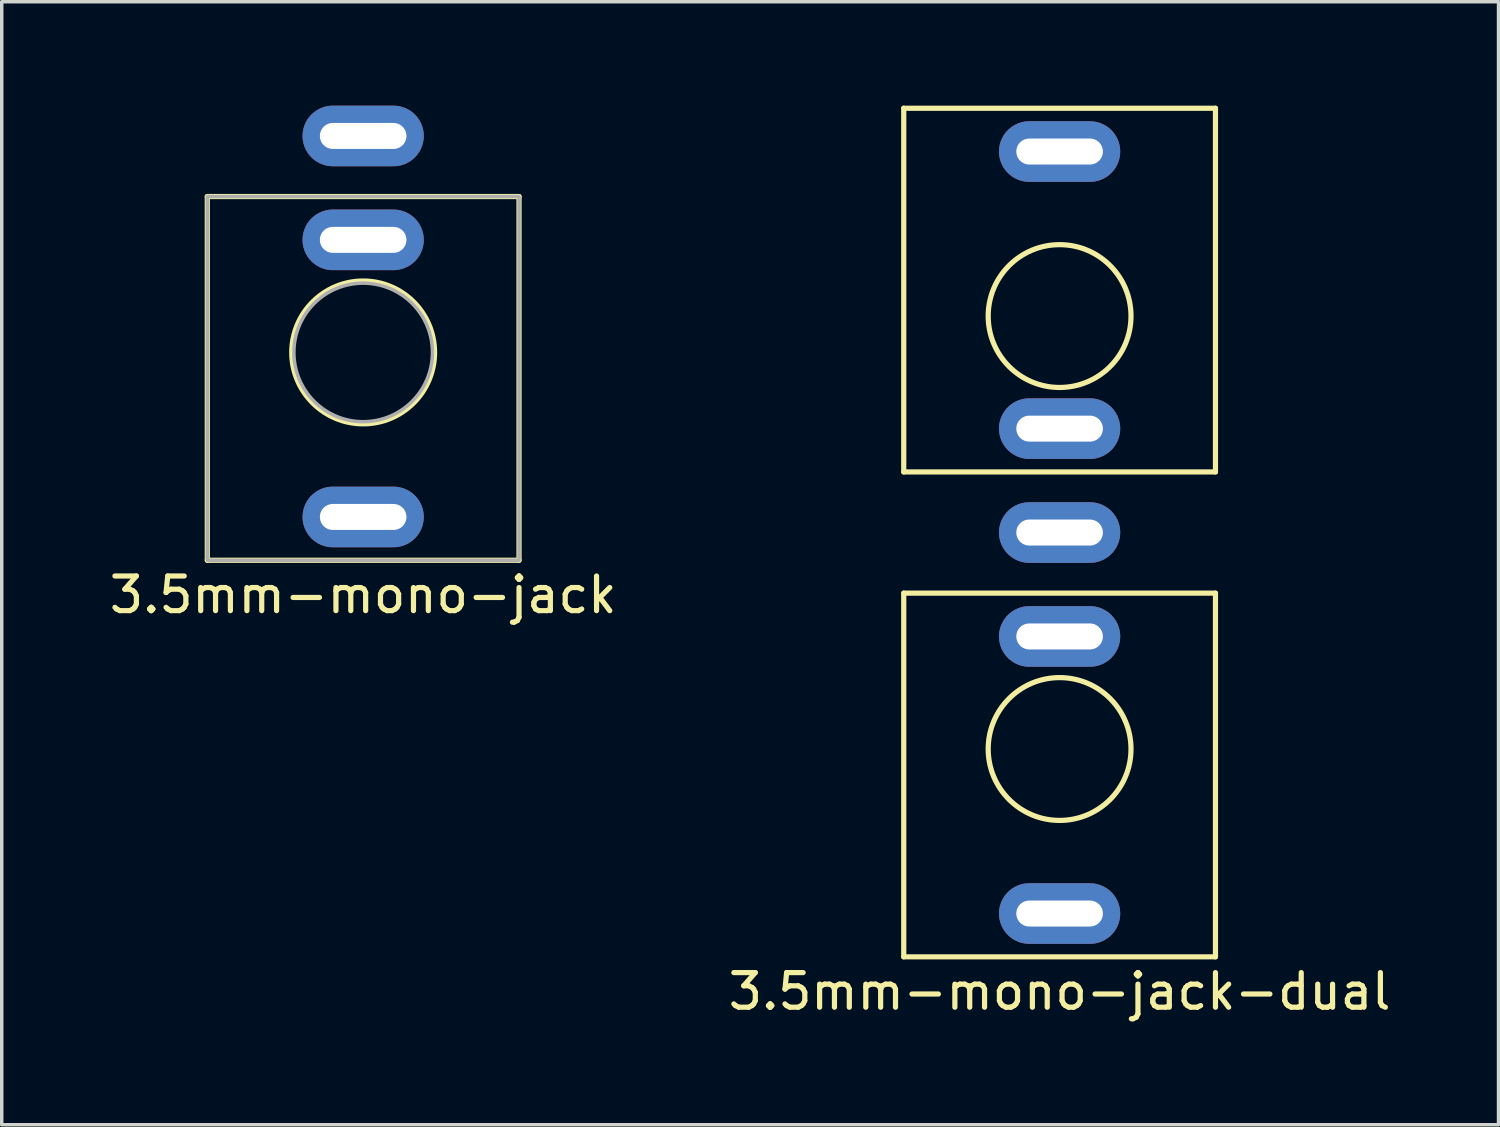
<source format=kicad_pcb>
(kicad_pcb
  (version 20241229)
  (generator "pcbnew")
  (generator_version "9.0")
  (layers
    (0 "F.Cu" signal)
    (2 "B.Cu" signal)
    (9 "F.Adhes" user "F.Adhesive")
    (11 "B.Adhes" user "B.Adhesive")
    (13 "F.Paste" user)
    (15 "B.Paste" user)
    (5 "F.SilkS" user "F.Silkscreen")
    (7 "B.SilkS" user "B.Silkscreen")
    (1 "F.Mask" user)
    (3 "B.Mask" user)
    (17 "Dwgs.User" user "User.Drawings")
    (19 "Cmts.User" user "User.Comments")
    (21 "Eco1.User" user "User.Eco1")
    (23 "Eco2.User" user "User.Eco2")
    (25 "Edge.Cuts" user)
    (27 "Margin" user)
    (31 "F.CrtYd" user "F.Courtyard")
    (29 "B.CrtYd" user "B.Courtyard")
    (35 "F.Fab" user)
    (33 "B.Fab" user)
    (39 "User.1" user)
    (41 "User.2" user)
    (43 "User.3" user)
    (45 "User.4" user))
  (footprint "3.5mm-mono-jack"
    (layer "F.Cu")
    (at 7.435 7.125)
    (property "Reference" "3.5mm-mono-jack" (at 0 7 0) (layer "F.SilkS") (effects (font (size 1 1) (thickness 0.15))))
    (attr through_hole)
    (fp_line (start -4.5 -4.5) (end 4.5 -4.5) (stroke (width 0.15) (type solid)) (layer "F.SilkS"))
    (fp_line (start -4.5 6) (end -4.5 -4.5) (stroke (width 0.15) (type solid)) (layer "F.SilkS"))
    (fp_line (start 4.5 -4.5) (end 4.5 6) (stroke (width 0.15) (type solid)) (layer "F.SilkS"))
    (fp_line (start 4.5 6) (end -4.5 6) (stroke (width 0.15) (type solid)) (layer "F.SilkS"))
    (fp_circle (center 0 0) (end 0.5 -2) (stroke (width 0.15) (type solid)) (fill no) (layer "F.SilkS"))
    (fp_rect (start -4.5 -4.5) (end 4.5 6) (stroke (width 0.1) (type solid)) (fill no) (layer "F.Fab"))
    (fp_circle (center 0 0) (end 2 0) (stroke (width 0.1) (type solid)) (fill no) (layer "F.Fab"))
    (pad "S" thru_hole oval (at 0 -6.25) (size 3.5 1.75) (drill oval 2.5 0.75) (layers "*.Cu" "*.Mask"))
    (pad "T" thru_hole oval (at 0 4.75) (size 3.5 1.75) (drill oval 2.5 0.75) (layers "*.Cu" "*.Mask"))
    (pad "TN" thru_hole oval (at 0 -3.25) (size 3.5 1.75) (drill oval 2.5 0.75) (layers "*.Cu" "*.Mask")))
  (footprint "3.5mm-mono-jack-dual"
    (layer "F.Cu")
    (at 27.542 18.575)
    (property "Reference" "3.5mm-mono-jack-dual" (at 0 7 0) (layer "F.SilkS") (effects (font (size 1 1) (thickness 0.15))))
    (attr through_hole)
    (fp_line (start -4.5 -18.5) (end 4.5 -18.5) (stroke (width 0.15) (type solid)) (layer "F.SilkS"))
    (fp_line (start -4.5 -8) (end -4.5 -18.5) (stroke (width 0.15) (type solid)) (layer "F.SilkS"))
    (fp_line (start -4.5 -4.5) (end 4.5 -4.5) (stroke (width 0.15) (type solid)) (layer "F.SilkS"))
    (fp_line (start -4.5 6) (end -4.5 -4.5) (stroke (width 0.15) (type solid)) (layer "F.SilkS"))
    (fp_line (start 4.5 -18.5) (end 4.5 -8) (stroke (width 0.15) (type solid)) (layer "F.SilkS"))
    (fp_line (start 4.5 -8) (end -4.5 -8) (stroke (width 0.15) (type solid)) (layer "F.SilkS"))
    (fp_line (start 4.5 -4.5) (end 4.5 6) (stroke (width 0.15) (type solid)) (layer "F.SilkS"))
    (fp_line (start 4.5 6) (end -4.5 6) (stroke (width 0.15) (type solid)) (layer "F.SilkS"))
    (fp_circle (center 0 -12.5) (end -0.5 -10.5) (stroke (width 0.15) (type solid)) (fill no) (layer "F.SilkS"))
    (fp_circle (center 0 0) (end 0.5 -2) (stroke (width 0.15) (type solid)) (fill no) (layer "F.SilkS"))
    (pad "S" thru_hole oval (at 0 -6.25) (size 3.5 1.75) (drill oval 2.5 0.75) (layers "*.Cu" "*.Mask"))
    (pad "T1" thru_hole oval (at 0 4.75) (size 3.5 1.75) (drill oval 2.5 0.75) (layers "*.Cu" "*.Mask"))
    (pad "T2" thru_hole oval (at 0 -17.25 180) (size 3.5 1.75) (drill oval 2.5 0.75) (layers "*.Cu" "*.Mask"))
    (pad "TN1" thru_hole oval (at 0 -3.25) (size 3.5 1.75) (drill oval 2.5 0.75) (layers "*.Cu" "*.Mask"))
    (pad "TN2" thru_hole oval (at 0 -9.25 180) (size 3.5 1.75) (drill oval 2.5 0.75) (layers "*.Cu" "*.Mask")))
  (gr_rect
    (start -3 -3)
    (end 40.214 29.423)
    (stroke (width 0.1) (type default))
    (fill no)
    (layer "Edge.Cuts")))
</source>
